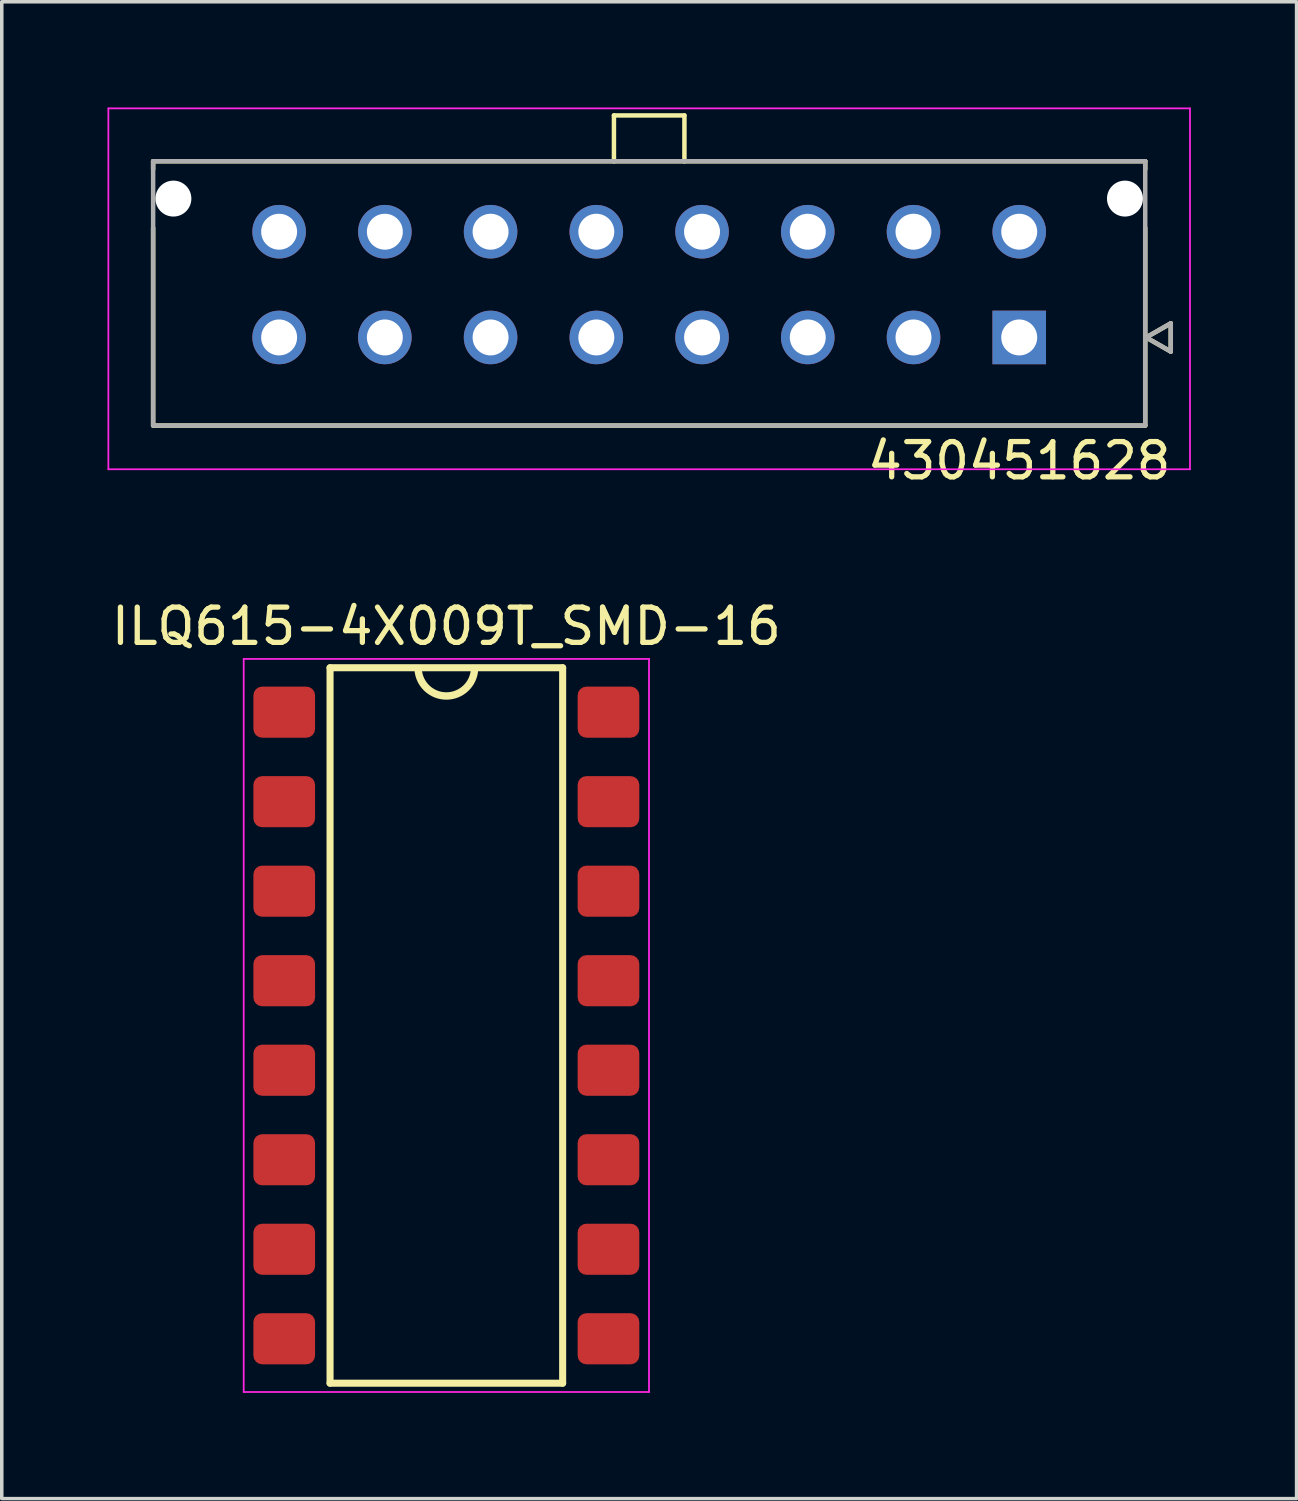
<source format=kicad_pcb>
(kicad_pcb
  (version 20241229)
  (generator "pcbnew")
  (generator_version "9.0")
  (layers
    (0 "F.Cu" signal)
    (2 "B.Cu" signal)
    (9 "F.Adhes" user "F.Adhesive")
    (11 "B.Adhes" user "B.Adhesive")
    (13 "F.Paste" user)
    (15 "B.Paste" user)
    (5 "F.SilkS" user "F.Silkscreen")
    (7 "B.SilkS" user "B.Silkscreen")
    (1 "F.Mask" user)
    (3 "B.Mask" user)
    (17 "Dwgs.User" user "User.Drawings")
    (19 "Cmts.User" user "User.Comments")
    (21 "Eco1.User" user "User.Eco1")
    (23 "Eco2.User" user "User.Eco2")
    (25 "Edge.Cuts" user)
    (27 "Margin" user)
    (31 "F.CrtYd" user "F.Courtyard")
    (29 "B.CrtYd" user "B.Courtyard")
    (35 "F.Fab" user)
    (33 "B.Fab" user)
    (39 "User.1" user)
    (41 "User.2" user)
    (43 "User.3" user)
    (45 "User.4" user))
  (footprint "430451628"
    (layer "F.Cu")
    (at 15.37 5.025)
    (property "Reference" "430451628" (at 10.5 5 0) (layer "F.SilkS") (effects (font (size 1 1) (thickness 0.15))))
    (attr through_hole)
    (fp_circle (center -13.5 -2.44) (end -13.207 -2.44) (stroke (width 0.586) (type solid)) (fill no) (layer "F.Mask"))
    (fp_circle (center -10.5 -1.5) (end -10.082 -1.5) (stroke (width 0.836) (type solid)) (fill no) (layer "F.Mask"))
    (fp_circle (center -10.5 1.5) (end -10.082 1.5) (stroke (width 0.836) (type solid)) (fill no) (layer "F.Mask"))
    (fp_circle (center -7.5 -1.5) (end -7.082 -1.5) (stroke (width 0.836) (type solid)) (fill no) (layer "F.Mask"))
    (fp_circle (center -7.5 1.5) (end -7.082 1.5) (stroke (width 0.836) (type solid)) (fill no) (layer "F.Mask"))
    (fp_circle (center -4.5 -1.5) (end -4.082 -1.5) (stroke (width 0.836) (type solid)) (fill no) (layer "F.Mask"))
    (fp_circle (center -4.5 1.5) (end -4.082 1.5) (stroke (width 0.836) (type solid)) (fill no) (layer "F.Mask"))
    (fp_circle (center -1.5 -1.5) (end -1.082 -1.5) (stroke (width 0.836) (type solid)) (fill no) (layer "F.Mask"))
    (fp_circle (center -1.5 1.5) (end -1.082 1.5) (stroke (width 0.836) (type solid)) (fill no) (layer "F.Mask"))
    (fp_circle (center 1.5 -1.5) (end 1.918 -1.5) (stroke (width 0.836) (type solid)) (fill no) (layer "F.Mask"))
    (fp_circle (center 1.5 1.5) (end 1.918 1.5) (stroke (width 0.836) (type solid)) (fill no) (layer "F.Mask"))
    (fp_circle (center 4.5 -1.5) (end 4.918 -1.5) (stroke (width 0.836) (type solid)) (fill no) (layer "F.Mask"))
    (fp_circle (center 4.5 1.5) (end 4.918 1.5) (stroke (width 0.836) (type solid)) (fill no) (layer "F.Mask"))
    (fp_circle (center 7.5 -1.5) (end 7.918 -1.5) (stroke (width 0.836) (type solid)) (fill no) (layer "F.Mask"))
    (fp_circle (center 7.5 1.5) (end 7.918 1.5) (stroke (width 0.836) (type solid)) (fill no) (layer "F.Mask"))
    (fp_circle (center 10.5 -1.5) (end 10.918 -1.5) (stroke (width 0.836) (type solid)) (fill no) (layer "F.Mask"))
    (fp_circle (center 13.5 -2.44) (end 13.793 -2.44) (stroke (width 0.586) (type solid)) (fill no) (layer "F.Mask"))
    (fp_poly (pts (xy 9.664 0.664) (xy 11.336 0.664) (xy 11.336 2.336) (xy 9.664 2.336)) (stroke (width 0.01) (type solid)) (fill yes) (layer "F.Mask"))
    (fp_circle (center -13.5 -2.44) (end -13.207 -2.44) (stroke (width 0.586) (type solid)) (fill no) (layer "B.Mask"))
    (fp_circle (center -10.5 -1.5) (end -10.082 -1.5) (stroke (width 0.836) (type solid)) (fill no) (layer "B.Mask"))
    (fp_circle (center -10.5 1.5) (end -10.082 1.5) (stroke (width 0.836) (type solid)) (fill no) (layer "B.Mask"))
    (fp_circle (center -7.5 -1.5) (end -7.082 -1.5) (stroke (width 0.836) (type solid)) (fill no) (layer "B.Mask"))
    (fp_circle (center -7.5 1.5) (end -7.082 1.5) (stroke (width 0.836) (type solid)) (fill no) (layer "B.Mask"))
    (fp_circle (center -4.5 -1.5) (end -4.082 -1.5) (stroke (width 0.836) (type solid)) (fill no) (layer "B.Mask"))
    (fp_circle (center -4.5 1.5) (end -4.082 1.5) (stroke (width 0.836) (type solid)) (fill no) (layer "B.Mask"))
    (fp_circle (center -1.5 -1.5) (end -1.082 -1.5) (stroke (width 0.836) (type solid)) (fill no) (layer "B.Mask"))
    (fp_circle (center -1.5 -1.5) (end -1.082 -1.5) (stroke (width 0.836) (type solid)) (fill no) (layer "B.Mask"))
    (fp_circle (center -1.5 1.5) (end -1.082 1.5) (stroke (width 0.836) (type solid)) (fill no) (layer "B.Mask"))
    (fp_circle (center 1.5 -1.5) (end 1.918 -1.5) (stroke (width 0.836) (type solid)) (fill no) (layer "B.Mask"))
    (fp_circle (center 1.5 1.5) (end 1.918 1.5) (stroke (width 0.836) (type solid)) (fill no) (layer "B.Mask"))
    (fp_circle (center 4.5 -1.5) (end 4.918 -1.5) (stroke (width 0.836) (type solid)) (fill no) (layer "B.Mask"))
    (fp_circle (center 4.5 1.5) (end 4.918 1.5) (stroke (width 0.836) (type solid)) (fill no) (layer "B.Mask"))
    (fp_circle (center 7.5 -1.5) (end 7.918 -1.5) (stroke (width 0.836) (type solid)) (fill no) (layer "B.Mask"))
    (fp_circle (center 7.5 1.5) (end 7.918 1.5) (stroke (width 0.836) (type solid)) (fill no) (layer "B.Mask"))
    (fp_circle (center 10.5 -1.5) (end 10.918 -1.5) (stroke (width 0.836) (type solid)) (fill no) (layer "B.Mask"))
    (fp_circle (center 13.5 -2.44) (end 13.793 -2.44) (stroke (width 0.586) (type solid)) (fill no) (layer "B.Mask"))
    (fp_poly (pts (xy 9.664 0.664) (xy 11.336 0.664) (xy 11.336 2.336) (xy 9.664 2.336)) (stroke (width 0.01) (type solid)) (fill yes) (layer "B.Mask"))
    (fp_line (start -14.075 -3.5) (end 14.075 -3.5) (stroke (width 0.127) (type solid)) (layer "F.SilkS"))
    (fp_line (start -14.075 -3.27) (end -14.075 -3.5) (stroke (width 0.127) (type solid)) (layer "F.SilkS"))
    (fp_line (start -14.075 4) (end -14.075 -1.61) (stroke (width 0.127) (type solid)) (layer "F.SilkS"))
    (fp_line (start -1 -4.8) (end -1 -3.495) (stroke (width 0.127) (type solid)) (layer "F.SilkS"))
    (fp_line (start -1 -4.8) (end 1 -4.8) (stroke (width 0.127) (type solid)) (layer "F.SilkS"))
    (fp_line (start 1 -4.8) (end 1 -3.495) (stroke (width 0.127) (type solid)) (layer "F.SilkS"))
    (fp_line (start 14.075 -3.5) (end 14.075 -3.27) (stroke (width 0.127) (type solid)) (layer "F.SilkS"))
    (fp_line (start 14.075 -1.61) (end 14.075 4) (stroke (width 0.127) (type solid)) (layer "F.SilkS"))
    (fp_line (start 14.075 4) (end -14.075 4) (stroke (width 0.127) (type solid)) (layer "F.SilkS"))
    (fp_line (start 14.1 1.5) (end 14.8 1.9) (stroke (width 0.127) (type solid)) (layer "F.SilkS"))
    (fp_line (start 14.8 1.1) (end 14.1 1.5) (stroke (width 0.127) (type solid)) (layer "F.SilkS"))
    (fp_line (start 14.8 1.9) (end 14.8 1.1) (stroke (width 0.127) (type solid)) (layer "F.SilkS"))
    (fp_line (start -15.345 -5) (end 15.345 -5) (stroke (width 0.05) (type solid)) (layer "F.CrtYd"))
    (fp_line (start -15.345 5.24) (end -15.345 -5) (stroke (width 0.05) (type solid)) (layer "F.CrtYd"))
    (fp_line (start 15.345 -5) (end 15.345 5.24) (stroke (width 0.05) (type solid)) (layer "F.CrtYd"))
    (fp_line (start 15.345 5.24) (end -15.345 5.24) (stroke (width 0.05) (type solid)) (layer "F.CrtYd"))
    (fp_line (start -14.075 -3.5) (end -14.075 3.97) (stroke (width 0.127) (type solid)) (layer "F.Fab"))
    (fp_line (start -14.075 4) (end 14.075 4) (stroke (width 0.127) (type solid)) (layer "F.Fab"))
    (fp_line (start 14.075 -3.5) (end -14.075 -3.5) (stroke (width 0.127) (type solid)) (layer "F.Fab"))
    (fp_line (start 14.075 3.97) (end 14.075 -3.5) (stroke (width 0.127) (type solid)) (layer "F.Fab"))
    (fp_line (start 14.1 1.5) (end 14.8 1.9) (stroke (width 0.127) (type solid)) (layer "F.Fab"))
    (fp_line (start 14.8 1.1) (end 14.1 1.5) (stroke (width 0.127) (type solid)) (layer "F.Fab"))
    (fp_line (start 14.8 1.9) (end 14.8 1.1) (stroke (width 0.127) (type solid)) (layer "F.Fab"))
    (pad "" np_thru_hole circle (at -13.5 -2.44) (size 1.02 1.02) (drill 1.02) (layers "*.Cu" "*.Mask"))
    (pad "" np_thru_hole circle (at 13.5 -2.44) (size 1.02 1.02) (drill 1.02) (layers "*.Cu" "*.Mask"))
    (pad "1" thru_hole rect (at 10.5 1.5) (size 1.52 1.52) (drill 1.02) (layers "*.Cu"))
    (pad "2" thru_hole circle (at 7.5 1.5) (size 1.52 1.52) (drill 1.02) (layers "*.Cu"))
    (pad "3" thru_hole circle (at 4.5 1.5) (size 1.52 1.52) (drill 1.02) (layers "*.Cu"))
    (pad "4" thru_hole circle (at 1.5 1.5) (size 1.52 1.52) (drill 1.02) (layers "*.Cu"))
    (pad "5" thru_hole circle (at -1.5 1.5) (size 1.52 1.52) (drill 1.02) (layers "*.Cu"))
    (pad "6" thru_hole circle (at -4.5 1.5) (size 1.52 1.52) (drill 1.02) (layers "*.Cu"))
    (pad "7" thru_hole circle (at -7.5 1.5) (size 1.52 1.52) (drill 1.02) (layers "*.Cu"))
    (pad "8" thru_hole circle (at -10.5 1.5) (size 1.52 1.52) (drill 1.02) (layers "*.Cu"))
    (pad "9" thru_hole circle (at 10.5 -1.5) (size 1.52 1.52) (drill 1.02) (layers "*.Cu"))
    (pad "10" thru_hole circle (at 7.5 -1.5) (size 1.52 1.52) (drill 1.02) (layers "*.Cu"))
    (pad "11" thru_hole circle (at 4.5 -1.5) (size 1.52 1.52) (drill 1.02) (layers "*.Cu"))
    (pad "12" thru_hole circle (at 1.5 -1.5) (size 1.52 1.52) (drill 1.02) (layers "*.Cu"))
    (pad "13" thru_hole circle (at -1.5 -1.5) (size 1.52 1.52) (drill 1.02) (layers "*.Cu"))
    (pad "14" thru_hole circle (at -4.5 -1.5) (size 1.52 1.52) (drill 1.02) (layers "*.Cu"))
    (pad "15" thru_hole circle (at -7.5 -1.5) (size 1.52 1.52) (drill 1.02) (layers "*.Cu"))
    (pad "16" thru_hole circle (at -10.5 -1.5) (size 1.52 1.52) (drill 1.02) (layers "*.Cu")))
  (footprint "ILQ615-4X009T_SMD-16"
    (layer "F.Cu")
    (at 9.615 26.047)
    (property "Reference" "ILQ615-4X009T_SMD-16" (at 0 -11.325 180) (layer "F.SilkS") (effects (font (size 1.001 1.001) (thickness 0.15))))
    (attr smd)
    (fp_line (start -3.3 -10.15) (end 3.3 -10.15) (stroke (width 0.2) (type solid)) (layer "F.SilkS"))
    (fp_line (start -3.3 10.15) (end -3.3 -10.15) (stroke (width 0.2) (type solid)) (layer "F.SilkS"))
    (fp_line (start 3.3 -10.15) (end 3.3 10.15) (stroke (width 0.2) (type solid)) (layer "F.SilkS"))
    (fp_line (start 3.3 10.15) (end -3.3 10.15) (stroke (width 0.2) (type solid)) (layer "F.SilkS"))
    (fp_arc (start 0.80056 -10.109971) (mid 0.004993 -9.348455) (end -0.799999 -10.1) (stroke (width 0.21) (type default)) (layer "F.SilkS"))
    (fp_line (start -5.75 -10.4) (end 5.75 -10.4) (stroke (width 0.05) (type solid)) (layer "F.CrtYd"))
    (fp_line (start -5.75 10.4) (end -5.75 -10.4) (stroke (width 0.05) (type solid)) (layer "F.CrtYd"))
    (fp_line (start 5.75 -10.4) (end 5.75 10.4) (stroke (width 0.05) (type solid)) (layer "F.CrtYd"))
    (fp_line (start 5.75 10.4) (end -5.75 10.4) (stroke (width 0.05) (type solid)) (layer "F.CrtYd"))
    (pad "1" smd roundrect (at -4.6 -8.89) (size 1.75 1.45) (layers "F.Cu" "F.Mask" "F.Paste") (roundrect_rratio 0.172))
    (pad "2" smd roundrect (at -4.6 -6.35) (size 1.75 1.45) (layers "F.Cu" "F.Mask" "F.Paste") (roundrect_rratio 0.172))
    (pad "3" smd roundrect (at -4.6 -3.81) (size 1.75 1.45) (layers "F.Cu" "F.Mask" "F.Paste") (roundrect_rratio 0.172))
    (pad "4" smd roundrect (at -4.6 -1.27) (size 1.75 1.45) (layers "F.Cu" "F.Mask" "F.Paste") (roundrect_rratio 0.172))
    (pad "5" smd roundrect (at -4.6 1.27) (size 1.75 1.45) (layers "F.Cu" "F.Mask" "F.Paste") (roundrect_rratio 0.172))
    (pad "6" smd roundrect (at -4.6 3.81) (size 1.75 1.45) (layers "F.Cu" "F.Mask" "F.Paste") (roundrect_rratio 0.172))
    (pad "7" smd roundrect (at -4.6 6.35) (size 1.75 1.45) (layers "F.Cu" "F.Mask" "F.Paste") (roundrect_rratio 0.172))
    (pad "8" smd roundrect (at -4.6 8.89) (size 1.75 1.45) (layers "F.Cu" "F.Mask" "F.Paste") (roundrect_rratio 0.172))
    (pad "9" smd roundrect (at 4.6 8.89) (size 1.75 1.45) (layers "F.Cu" "F.Mask" "F.Paste") (roundrect_rratio 0.172))
    (pad "10" smd roundrect (at 4.6 6.35) (size 1.75 1.45) (layers "F.Cu" "F.Mask" "F.Paste") (roundrect_rratio 0.172))
    (pad "11" smd roundrect (at 4.6 3.81) (size 1.75 1.45) (layers "F.Cu" "F.Mask" "F.Paste") (roundrect_rratio 0.172))
    (pad "12" smd roundrect (at 4.6 1.27) (size 1.75 1.45) (layers "F.Cu" "F.Mask" "F.Paste") (roundrect_rratio 0.172))
    (pad "13" smd roundrect (at 4.6 -1.27) (size 1.75 1.45) (layers "F.Cu" "F.Mask" "F.Paste") (roundrect_rratio 0.172))
    (pad "14" smd roundrect (at 4.6 -3.81) (size 1.75 1.45) (layers "F.Cu" "F.Mask" "F.Paste") (roundrect_rratio 0.172))
    (pad "15" smd roundrect (at 4.6 -6.35) (size 1.75 1.45) (layers "F.Cu" "F.Mask" "F.Paste") (roundrect_rratio 0.172))
    (pad "16" smd roundrect (at 4.6 -8.89) (size 1.75 1.45) (layers "F.Cu" "F.Mask" "F.Paste") (roundrect_rratio 0.172)))
  (gr_rect
    (start -3 -3)
    (end 33.74 39.472)
    (stroke (width 0.1) (type default))
    (fill no)
    (layer "Edge.Cuts")))
</source>
